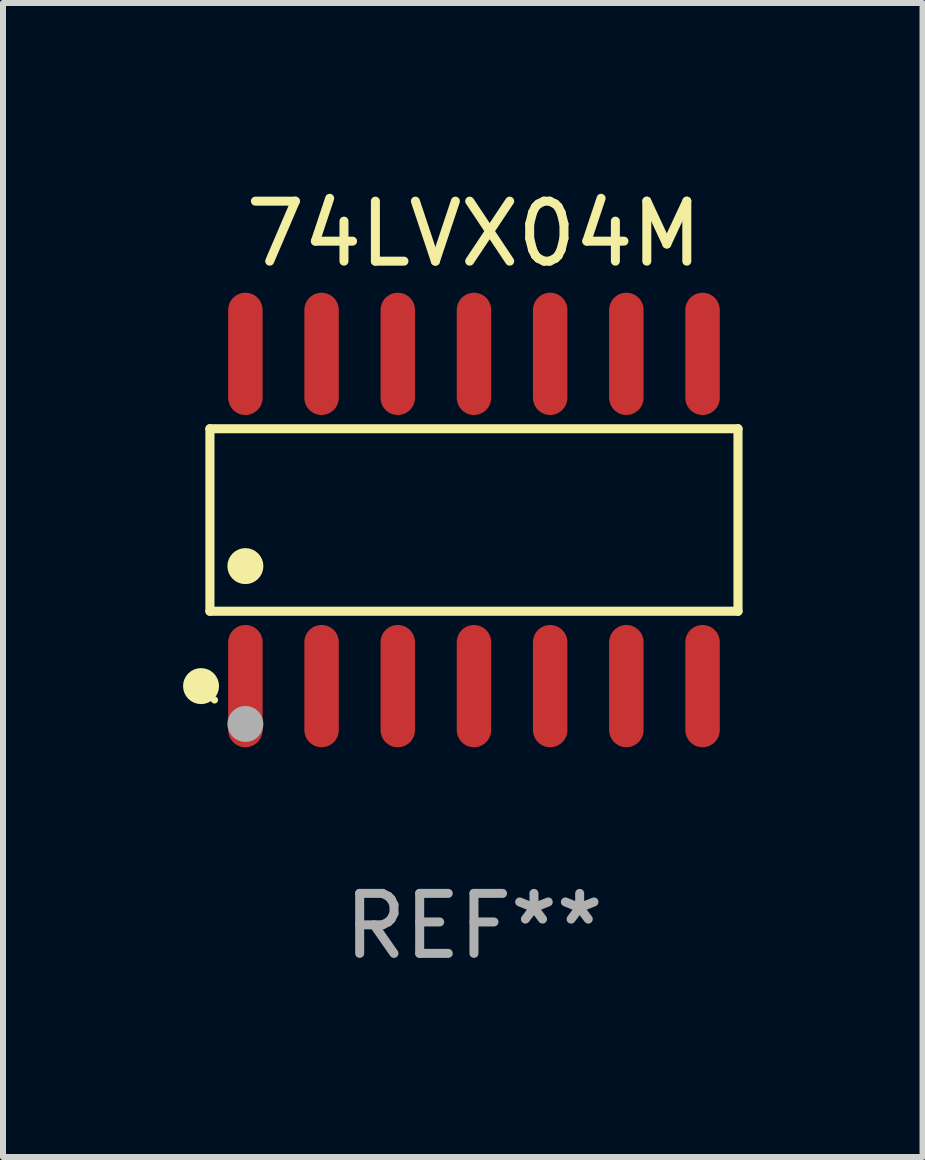
<source format=kicad_pcb>
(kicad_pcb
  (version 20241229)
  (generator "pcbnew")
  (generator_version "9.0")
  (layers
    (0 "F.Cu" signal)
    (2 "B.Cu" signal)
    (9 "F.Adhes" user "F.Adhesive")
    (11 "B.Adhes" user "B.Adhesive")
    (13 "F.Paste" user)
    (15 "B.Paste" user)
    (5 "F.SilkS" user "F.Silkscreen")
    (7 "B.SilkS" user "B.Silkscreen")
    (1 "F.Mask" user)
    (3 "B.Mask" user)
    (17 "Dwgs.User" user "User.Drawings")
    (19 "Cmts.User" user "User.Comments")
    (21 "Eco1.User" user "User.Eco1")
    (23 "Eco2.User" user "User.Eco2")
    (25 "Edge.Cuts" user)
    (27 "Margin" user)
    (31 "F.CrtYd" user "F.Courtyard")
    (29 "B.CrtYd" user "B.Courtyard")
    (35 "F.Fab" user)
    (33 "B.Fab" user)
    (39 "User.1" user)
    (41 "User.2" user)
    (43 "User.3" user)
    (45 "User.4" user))
  (footprint "74LVX04M"
    (layer "F.Cu")
    (at 4.85 5.617)
    (property "Reference" "74LVX04M" (at 0 -4.769 0) (layer "F.SilkS") (effects (font (size 1 1) (thickness 0.15))))
    (attr through_hole)
    (fp_line (start -4.401 -1.521) (end 4.401 -1.521) (stroke (width 0.152) (type solid)) (layer "F.SilkS"))
    (fp_line (start -4.401 1.521) (end -4.401 -1.521) (stroke (width 0.152) (type solid)) (layer "F.SilkS"))
    (fp_line (start 4.401 -1.521) (end 4.401 1.521) (stroke (width 0.152) (type solid)) (layer "F.SilkS"))
    (fp_line (start 4.401 1.521) (end -4.401 1.521) (stroke (width 0.152) (type solid)) (layer "F.SilkS"))
    (fp_circle (center -4.549 2.769) (end -4.399 2.769) (stroke (width 0.3) (type solid)) (fill no) (layer "F.SilkS"))
    (fp_circle (center -4.325 3) (end -4.295 3) (stroke (width 0.06) (type solid)) (fill no) (layer "F.SilkS"))
    (fp_circle (center -3.81 0.769) (end -3.66 0.769) (stroke (width 0.3) (type solid)) (fill no) (layer "F.SilkS"))
    (fp_circle (center -3.81 3.4) (end -3.66 3.4) (stroke (width 0.3) (type solid)) (fill no) (layer "F.Fab"))
    (fp_text user "REF**" (at 0 6.769 0) (layer "F.Fab") (effects (font (size 1 1) (thickness 0.15))))
    (pad "1" smd oval (at -3.81 2.769) (size 0.574 2.038) (layers "F.Cu" "F.Mask" "F.Paste"))
    (pad "2" smd oval (at -2.54 2.769) (size 0.574 2.038) (layers "F.Cu" "F.Mask" "F.Paste"))
    (pad "3" smd oval (at -1.27 2.769) (size 0.574 2.038) (layers "F.Cu" "F.Mask" "F.Paste"))
    (pad "4" smd oval (at 0 2.769) (size 0.574 2.038) (layers "F.Cu" "F.Mask" "F.Paste"))
    (pad "5" smd oval (at 1.27 2.769) (size 0.574 2.038) (layers "F.Cu" "F.Mask" "F.Paste"))
    (pad "6" smd oval (at 2.54 2.769) (size 0.574 2.038) (layers "F.Cu" "F.Mask" "F.Paste"))
    (pad "7" smd oval (at 3.81 2.769) (size 0.574 2.038) (layers "F.Cu" "F.Mask" "F.Paste"))
    (pad "8" smd oval (at 3.81 -2.769) (size 0.574 2.038) (layers "F.Cu" "F.Mask" "F.Paste"))
    (pad "9" smd oval (at 2.54 -2.769) (size 0.574 2.038) (layers "F.Cu" "F.Mask" "F.Paste"))
    (pad "10" smd oval (at 1.27 -2.769) (size 0.574 2.038) (layers "F.Cu" "F.Mask" "F.Paste"))
    (pad "11" smd oval (at 0 -2.769) (size 0.574 2.038) (layers "F.Cu" "F.Mask" "F.Paste"))
    (pad "12" smd oval (at -1.27 -2.769) (size 0.574 2.038) (layers "F.Cu" "F.Mask" "F.Paste"))
    (pad "13" smd oval (at -2.54 -2.769) (size 0.574 2.038) (layers "F.Cu" "F.Mask" "F.Paste"))
    (pad "14" smd oval (at -3.81 -2.769) (size 0.574 2.038) (layers "F.Cu" "F.Mask" "F.Paste")))
  (gr_rect
    (start -3 -3)
    (end 12.327 16.235)
    (stroke (width 0.1) (type default))
    (fill no)
    (layer "Edge.Cuts")))
</source>
